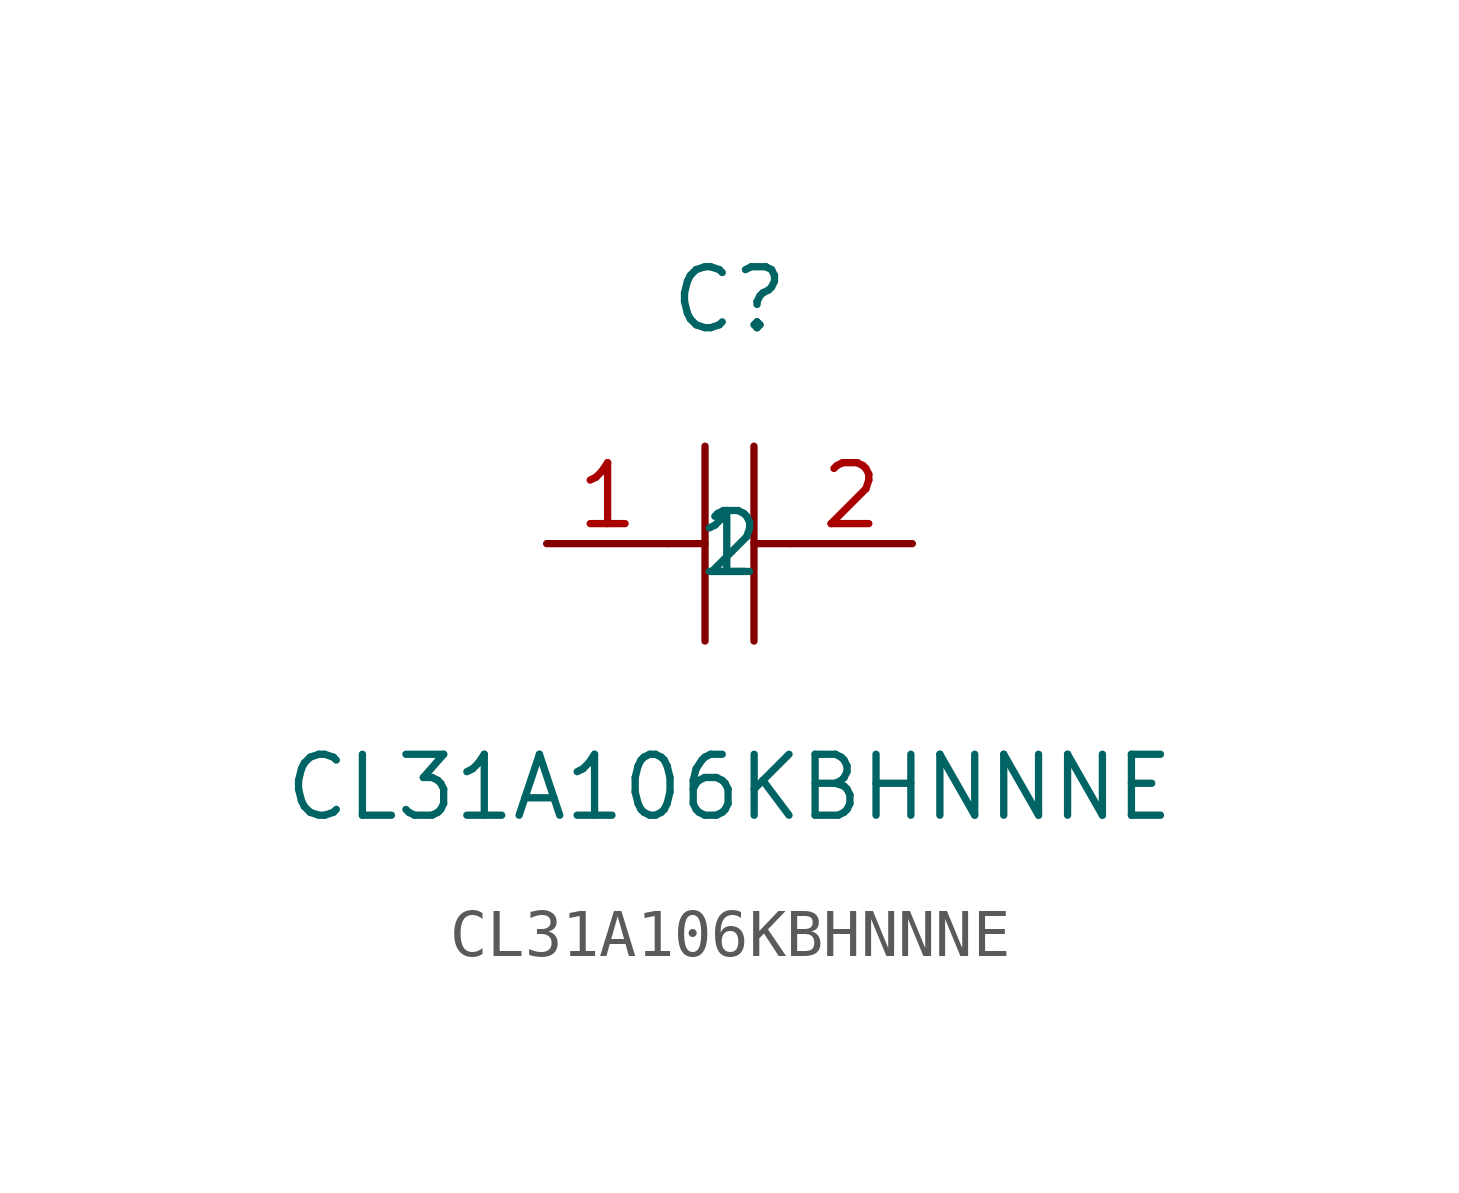
<source format=kicad_sym>
(kicad_symbol_lib
  (version 20211014)
  (generator https://github.com/uPesy/easyeda2kicad.py)
  (symbol "CL31A106KBHNNNE"
    (property "Reference" "C"
      (at 0 5.08 0)
      (effects (font (size 1.27 1.27))))
    (property "Value" "CL31A106KBHNNNE"
      (at 0 -5.08 0)
      (effects (font (size 1.27 1.27))))
    (symbol "CL31A106KBHNNNE_0_1"
      (polyline (pts (xy -0.51 2.03) (xy -0.51 -2.03)) (stroke (width 0) (type default) (color 0 0 0 0)) (fill (type none)))
      (polyline (pts (xy 0.51 2.03) (xy 0.51 -2.03)) (stroke (width 0) (type default) (color 0 0 0 0)) (fill (type none)))
      (polyline (pts (xy -1.27 -0.00) (xy -0.51 -0.00)) (stroke (width 0) (type default) (color 0 0 0 0)) (fill (type none)))
      (polyline (pts (xy 0.51 -0.00) (xy 1.27 -0.00)) (stroke (width 0) (type default) (color 0 0 0 0)) (fill (type none)))
      (pin input line (at -3.81 -0.00 0) (length 2.54) (name "1" (effects (font (size 1.27 1.27)))) (number "1" (effects (font (size 1.27 1.27)))))
      (pin input line (at 3.81 -0.00 180) (length 2.54) (name "2" (effects (font (size 1.27 1.27)))) (number "2" (effects (font (size 1.27 1.27))))))))
</source>
